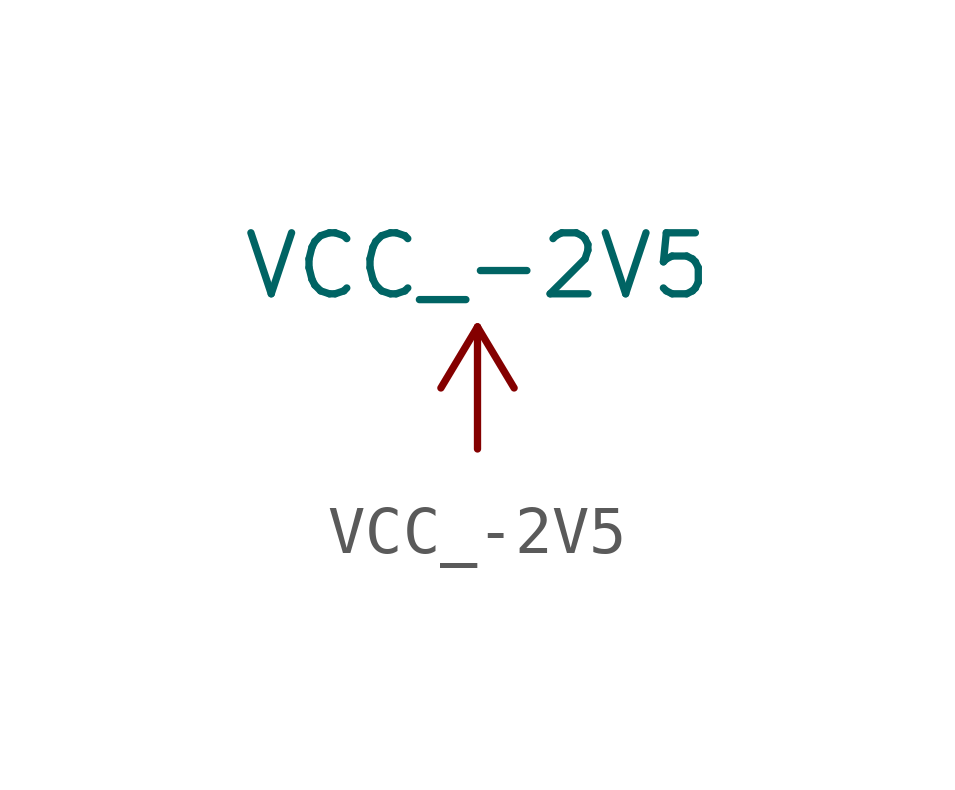
<source format=kicad_sym>
(kicad_symbol_lib
  (version 20220914)
  (generator kicad_symbol_editor)
  (symbol "VCC_-2V5"
    (power)
    (property "Reference" "#PWR"
      (at 0 -3.81 0)
      (effects (font (size 1.27 1.27)) hide))
    (property "Value" "VCC_-2V5"
      (at 0 3.81 0)
      (effects (font (size 1.27 1.27))))
    (symbol "VCC_-2V5_0_1"
      (polyline (pts (xy -0.762 1.27) (xy 0 2.54)) (stroke (width 0) (type default)) (fill (type none)))
      (polyline (pts (xy 0 0) (xy 0 2.54)) (stroke (width 0) (type default)) (fill (type none)))
      (polyline (pts (xy 0 2.54) (xy 0.762 1.27)) (stroke (width 0) (type default)) (fill (type none))))
    (symbol "VCC_-2V5_1_1"
      (pin power_in line (at 0 0 90) (length 0) hide (name "-2V5" (effects (font (size 1.27 1.27)))) (number "1" (effects (font (size 1.27 1.27))))))))
</source>
